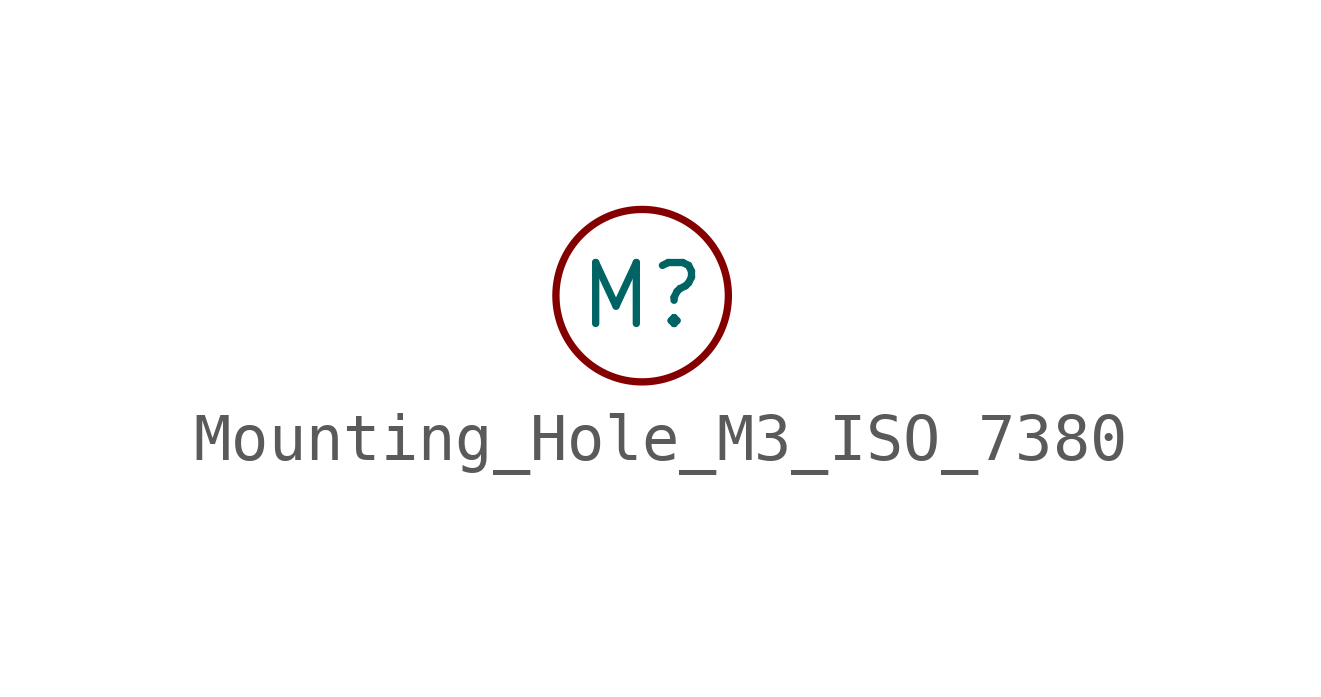
<source format=kicad_sym>
(kicad_symbol_lib
  (version 20220914)
  (generator kicad_symbol_editor)
  (symbol "Mounting_Hole_M3_ISO_7380"
    (property "Reference" "M"
      (at 0 0 0)
      (effects (font (size 1.27 1.27))))
    (property "Value" ""
      (at 0 0 0)
      (effects (font (size 1.27 1.27))))
    (symbol "Mounting_Hole_M3_ISO_7380_0_1"
      (circle (center 0 0) (radius 1.796) (stroke (width 0) (type default)) (fill (type none))))
    (symbol "Mounting_Hole_M3_ISO_7380_1_1"
      (pin passive line (at 0 0 0) (length 2.54) hide (name "Hole" (effects (font (size 1.27 1.27)))) (number "1" (effects (font (size 1.27 1.27))))))))
</source>
